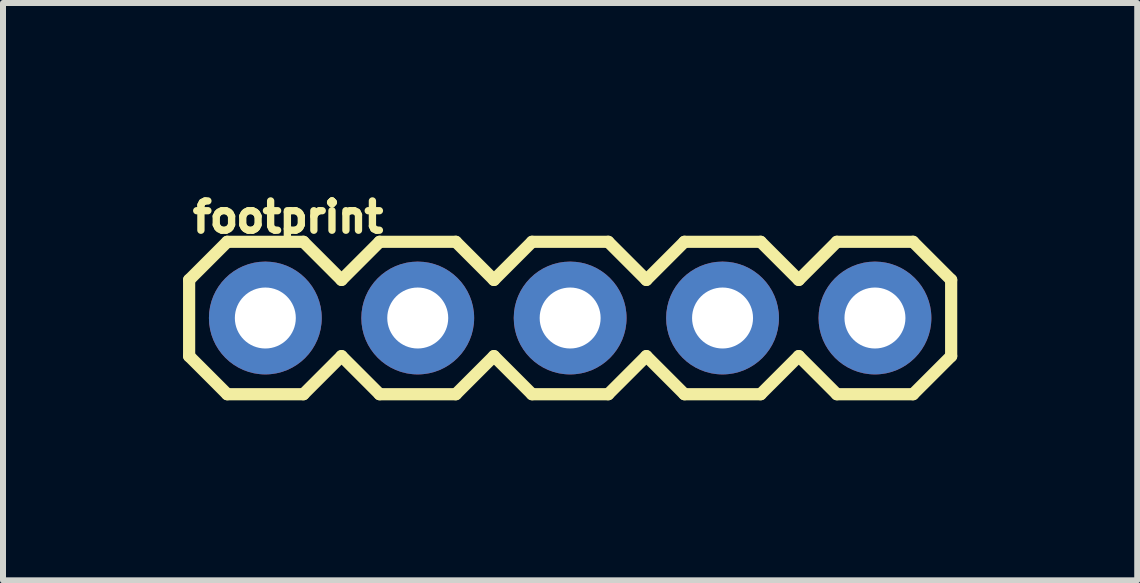
<source format=kicad_pcb>
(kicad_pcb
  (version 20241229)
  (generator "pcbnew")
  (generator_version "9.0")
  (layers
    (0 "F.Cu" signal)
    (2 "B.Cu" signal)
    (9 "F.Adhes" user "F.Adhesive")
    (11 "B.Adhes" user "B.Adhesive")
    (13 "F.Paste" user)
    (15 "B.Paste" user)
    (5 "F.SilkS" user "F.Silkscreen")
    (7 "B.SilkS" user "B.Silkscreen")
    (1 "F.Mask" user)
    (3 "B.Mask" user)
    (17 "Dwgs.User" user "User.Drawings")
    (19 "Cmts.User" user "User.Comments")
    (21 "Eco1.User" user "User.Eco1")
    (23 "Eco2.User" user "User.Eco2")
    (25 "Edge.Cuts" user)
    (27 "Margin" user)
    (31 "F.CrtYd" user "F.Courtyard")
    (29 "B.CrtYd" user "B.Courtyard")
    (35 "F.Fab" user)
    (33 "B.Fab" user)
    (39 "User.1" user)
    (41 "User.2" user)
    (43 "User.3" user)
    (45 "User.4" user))
  (footprint "footprint"
    (layer "F.Cu")
    (at 1.372 2.25)
    (property "Reference" "footprint" (at -1.27 -1.397 0) (layer "F.SilkS") (effects (font (size 0.488 0.488) (thickness 0.122)) (justify left bottom)))
    (fp_line (start -1.27 -0.635) (end -1.27 0.635) (stroke (width 0.203) (type solid)) (layer "F.SilkS"))
    (fp_line (start -1.27 0.635) (end -0.635 1.27) (stroke (width 0.203) (type solid)) (layer "F.SilkS"))
    (fp_line (start -0.635 -1.27) (end -1.27 -0.635) (stroke (width 0.203) (type solid)) (layer "F.SilkS"))
    (fp_line (start -0.635 -1.27) (end 0.635 -1.27) (stroke (width 0.203) (type solid)) (layer "F.SilkS"))
    (fp_line (start 0.635 -1.27) (end 1.27 -0.635) (stroke (width 0.203) (type solid)) (layer "F.SilkS"))
    (fp_line (start 0.635 1.27) (end -0.635 1.27) (stroke (width 0.203) (type solid)) (layer "F.SilkS"))
    (fp_line (start 1.27 -0.635) (end 1.905 -1.27) (stroke (width 0.203) (type solid)) (layer "F.SilkS"))
    (fp_line (start 1.27 0.635) (end 0.635 1.27) (stroke (width 0.203) (type solid)) (layer "F.SilkS"))
    (fp_line (start 1.905 -1.27) (end 3.175 -1.27) (stroke (width 0.203) (type solid)) (layer "F.SilkS"))
    (fp_line (start 1.905 1.27) (end 1.27 0.635) (stroke (width 0.203) (type solid)) (layer "F.SilkS"))
    (fp_line (start 3.175 -1.27) (end 3.81 -0.635) (stroke (width 0.203) (type solid)) (layer "F.SilkS"))
    (fp_line (start 3.175 1.27) (end 1.905 1.27) (stroke (width 0.203) (type solid)) (layer "F.SilkS"))
    (fp_line (start 3.81 -0.635) (end 4.445 -1.27) (stroke (width 0.203) (type solid)) (layer "F.SilkS"))
    (fp_line (start 3.81 0.635) (end 3.175 1.27) (stroke (width 0.203) (type solid)) (layer "F.SilkS"))
    (fp_line (start 4.445 -1.27) (end 5.715 -1.27) (stroke (width 0.203) (type solid)) (layer "F.SilkS"))
    (fp_line (start 4.445 1.27) (end 3.81 0.635) (stroke (width 0.203) (type solid)) (layer "F.SilkS"))
    (fp_line (start 5.715 -1.27) (end 6.35 -0.635) (stroke (width 0.203) (type solid)) (layer "F.SilkS"))
    (fp_line (start 5.715 1.27) (end 4.445 1.27) (stroke (width 0.203) (type solid)) (layer "F.SilkS"))
    (fp_line (start 6.35 0.635) (end 5.715 1.27) (stroke (width 0.203) (type solid)) (layer "F.SilkS"))
    (fp_line (start 6.35 0.635) (end 6.985 1.27) (stroke (width 0.203) (type solid)) (layer "F.SilkS"))
    (fp_line (start 6.985 -1.27) (end 6.35 -0.635) (stroke (width 0.203) (type solid)) (layer "F.SilkS"))
    (fp_line (start 6.985 -1.27) (end 8.255 -1.27) (stroke (width 0.203) (type solid)) (layer "F.SilkS"))
    (fp_line (start 8.255 -1.27) (end 8.89 -0.635) (stroke (width 0.203) (type solid)) (layer "F.SilkS"))
    (fp_line (start 8.255 1.27) (end 6.985 1.27) (stroke (width 0.203) (type solid)) (layer "F.SilkS"))
    (fp_line (start 8.89 -0.635) (end 9.525 -1.27) (stroke (width 0.203) (type solid)) (layer "F.SilkS"))
    (fp_line (start 8.89 0.635) (end 8.255 1.27) (stroke (width 0.203) (type solid)) (layer "F.SilkS"))
    (fp_line (start 9.525 -1.27) (end 10.795 -1.27) (stroke (width 0.203) (type solid)) (layer "F.SilkS"))
    (fp_line (start 9.525 1.27) (end 8.89 0.635) (stroke (width 0.203) (type solid)) (layer "F.SilkS"))
    (fp_line (start 10.795 -1.27) (end 11.43 -0.635) (stroke (width 0.203) (type solid)) (layer "F.SilkS"))
    (fp_line (start 10.795 1.27) (end 9.525 1.27) (stroke (width 0.203) (type solid)) (layer "F.SilkS"))
    (fp_line (start 11.43 -0.635) (end 11.43 0.635) (stroke (width 0.203) (type solid)) (layer "F.SilkS"))
    (fp_line (start 11.43 0.635) (end 10.795 1.27) (stroke (width 0.203) (type solid)) (layer "F.SilkS"))
    (fp_poly (pts (xy -0.254 0.254) (xy 0.254 0.254) (xy 0.254 -0.254) (xy -0.254 -0.254)) (stroke (width 0.1) (type solid)) (fill no) (layer "F.Fab"))
    (fp_poly (pts (xy 2.286 0.254) (xy 2.794 0.254) (xy 2.794 -0.254) (xy 2.286 -0.254)) (stroke (width 0.1) (type solid)) (fill no) (layer "F.Fab"))
    (fp_poly (pts (xy 4.826 0.254) (xy 5.334 0.254) (xy 5.334 -0.254) (xy 4.826 -0.254)) (stroke (width 0.1) (type solid)) (fill no) (layer "F.Fab"))
    (fp_poly (pts (xy 7.366 0.254) (xy 7.874 0.254) (xy 7.874 -0.254) (xy 7.366 -0.254)) (stroke (width 0.1) (type solid)) (fill no) (layer "F.Fab"))
    (fp_poly (pts (xy 9.906 0.254) (xy 10.414 0.254) (xy 10.414 -0.254) (xy 9.906 -0.254)) (stroke (width 0.1) (type solid)) (fill no) (layer "F.Fab"))
    (pad "1" thru_hole circle (at 0 0 90) (size 1.88 1.88) (drill 1.016) (layers "*.Cu" "*.Mask"))
    (pad "2" thru_hole circle (at 2.54 0 90) (size 1.88 1.88) (drill 1.016) (layers "*.Cu" "*.Mask"))
    (pad "3" thru_hole circle (at 5.08 0 90) (size 1.88 1.88) (drill 1.016) (layers "*.Cu" "*.Mask"))
    (pad "4" thru_hole circle (at 7.62 0 90) (size 1.88 1.88) (drill 1.016) (layers "*.Cu" "*.Mask"))
    (pad "5" thru_hole circle (at 10.16 0 90) (size 1.88 1.88) (drill 1.016) (layers "*.Cu" "*.Mask")))
  (gr_rect
    (start -3 -3)
    (end 15.903 6.622)
    (stroke (width 0.1) (type default))
    (fill no)
    (layer "Edge.Cuts")))
</source>
